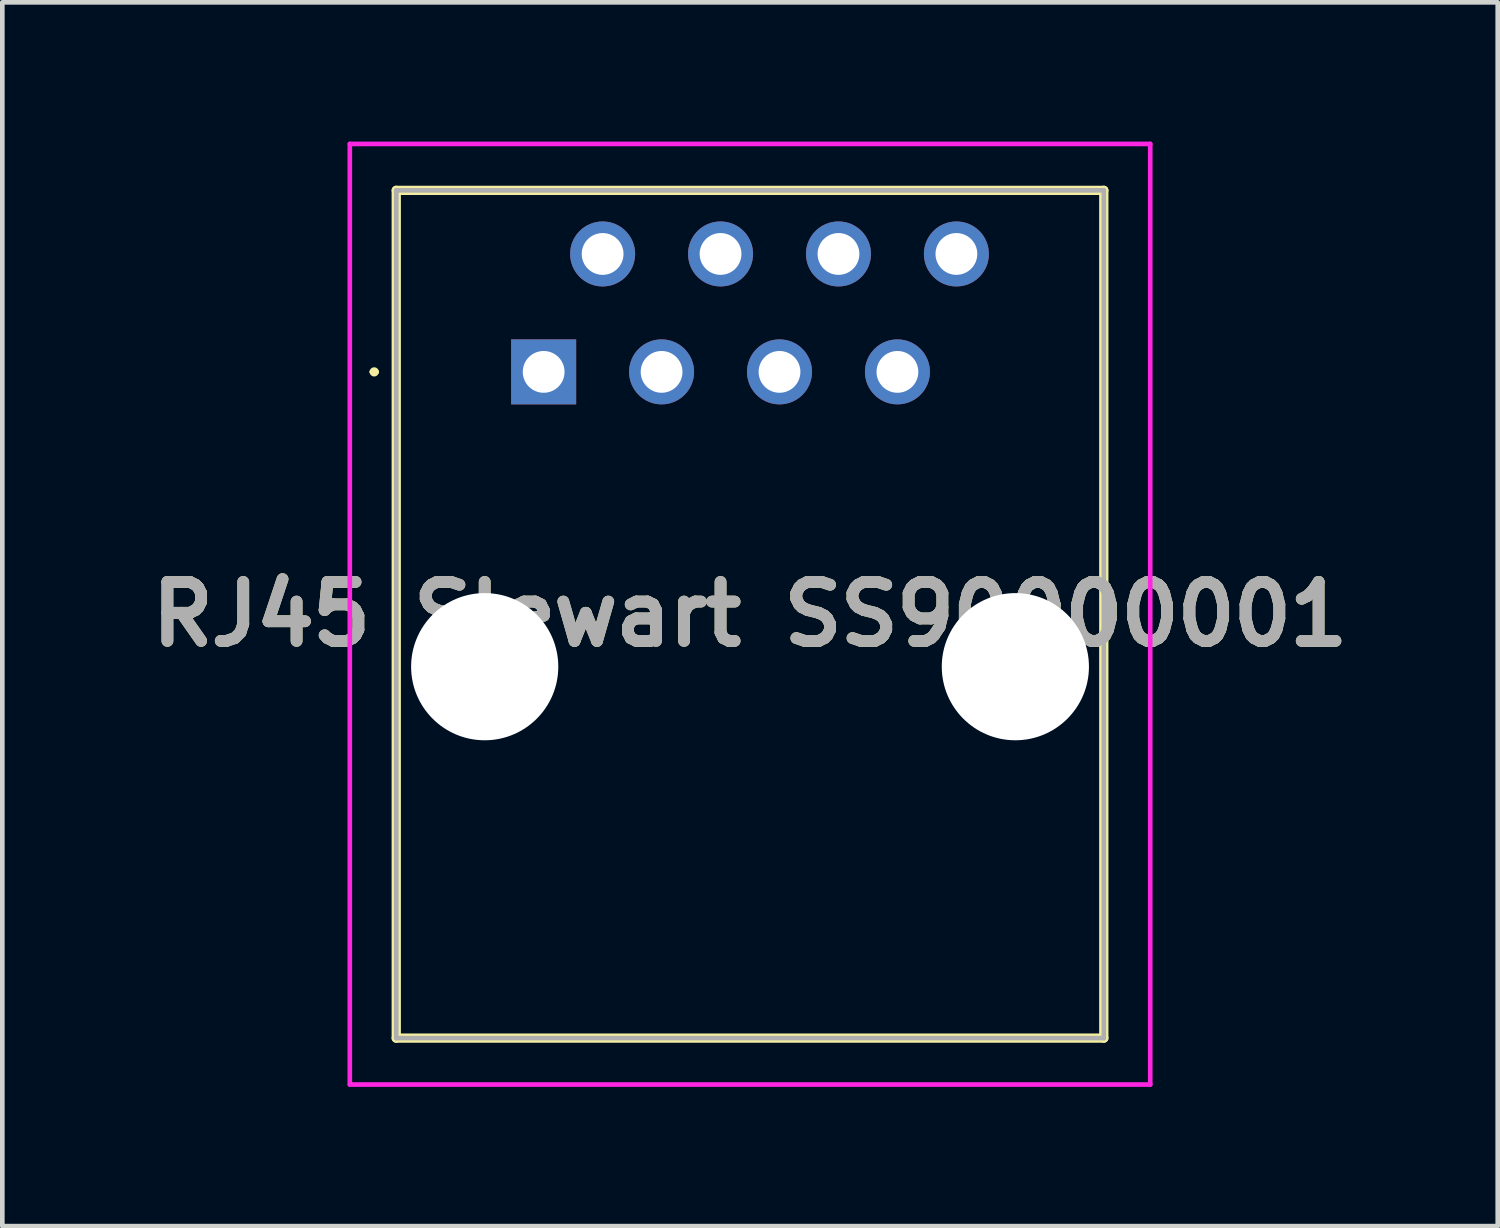
<source format=kicad_pcb>
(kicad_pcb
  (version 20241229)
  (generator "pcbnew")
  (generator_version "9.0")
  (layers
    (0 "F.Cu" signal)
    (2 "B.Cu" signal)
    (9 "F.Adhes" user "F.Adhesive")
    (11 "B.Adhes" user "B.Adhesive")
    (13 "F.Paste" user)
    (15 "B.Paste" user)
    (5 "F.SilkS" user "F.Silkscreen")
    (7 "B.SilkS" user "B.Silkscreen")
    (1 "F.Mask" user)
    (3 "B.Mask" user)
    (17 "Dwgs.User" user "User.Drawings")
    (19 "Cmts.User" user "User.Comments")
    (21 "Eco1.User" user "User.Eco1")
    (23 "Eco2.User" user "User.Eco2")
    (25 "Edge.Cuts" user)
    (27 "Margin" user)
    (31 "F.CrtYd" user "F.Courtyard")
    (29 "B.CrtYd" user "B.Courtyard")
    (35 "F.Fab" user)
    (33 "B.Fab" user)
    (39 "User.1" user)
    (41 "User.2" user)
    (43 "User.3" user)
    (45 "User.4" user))
  (footprint "RJ45 Stewart SS90000001"
    (layer "F.Cu")
    (at 8.66 4.96)
    (property "Reference" "RJ45 Stewart SS90000001" (at 4.445 5.22 0) (layer "F.SilkS") (effects (font (size 1.27 1.27) (thickness 0.254))))
    (attr through_hole)
    (fp_line (start -3.7 0) (end -3.7 0) (stroke (width 0.1) (type solid)) (layer "F.SilkS"))
    (fp_line (start -3.6 0) (end -3.6 0) (stroke (width 0.1) (type solid)) (layer "F.SilkS"))
    (fp_line (start -3.175 -3.91) (end 12.065 -3.91) (stroke (width 0.2) (type solid)) (layer "F.SilkS"))
    (fp_line (start -3.175 14.35) (end -3.175 -3.91) (stroke (width 0.2) (type solid)) (layer "F.SilkS"))
    (fp_line (start 12.065 -3.91) (end 12.065 14.35) (stroke (width 0.2) (type solid)) (layer "F.SilkS"))
    (fp_line (start 12.065 14.35) (end -3.175 14.35) (stroke (width 0.2) (type solid)) (layer "F.SilkS"))
    (fp_arc (start -3.7 0) (mid -3.65 -0.05) (end -3.6 0) (stroke (width 0.1) (type solid)) (layer "F.SilkS"))
    (fp_arc (start -3.6 0) (mid -3.65 0.05) (end -3.7 0) (stroke (width 0.1) (type solid)) (layer "F.SilkS"))
    (fp_line (start -4.175 -4.91) (end 13.065 -4.91) (stroke (width 0.1) (type solid)) (layer "F.CrtYd"))
    (fp_line (start -4.175 15.35) (end -4.175 -4.91) (stroke (width 0.1) (type solid)) (layer "F.CrtYd"))
    (fp_line (start 13.065 -4.91) (end 13.065 15.35) (stroke (width 0.1) (type solid)) (layer "F.CrtYd"))
    (fp_line (start 13.065 15.35) (end -4.175 15.35) (stroke (width 0.1) (type solid)) (layer "F.CrtYd"))
    (fp_line (start -3.175 -3.91) (end 12.065 -3.91) (stroke (width 0.1) (type solid)) (layer "F.Fab"))
    (fp_line (start -3.175 14.35) (end -3.175 -3.91) (stroke (width 0.1) (type solid)) (layer "F.Fab"))
    (fp_line (start 12.065 -3.91) (end 12.065 14.35) (stroke (width 0.1) (type solid)) (layer "F.Fab"))
    (fp_line (start 12.065 14.35) (end -3.175 14.35) (stroke (width 0.1) (type solid)) (layer "F.Fab"))
    (fp_text user "${REFERENCE}" (at 4.445 5.22 0) (layer "F.Fab") (effects (font (size 1.27 1.27) (thickness 0.254))))
    (pad "" np_thru_hole circle (at -1.27 6.35) (size 3.17 3.17) (drill 3.17) (layers "*.Cu" "*.Mask"))
    (pad "" np_thru_hole circle (at 10.16 6.35) (size 3.17 3.17) (drill 3.17) (layers "*.Cu" "*.Mask"))
    (pad "1" thru_hole rect (at 0 0) (size 1.4 1.4) (drill 0.9) (layers "*.Cu" "*.Mask"))
    (pad "2" thru_hole circle (at 1.27 -2.54) (size 1.4 1.4) (drill 0.9) (layers "*.Cu" "*.Mask"))
    (pad "3" thru_hole circle (at 2.54 0) (size 1.4 1.4) (drill 0.9) (layers "*.Cu" "*.Mask"))
    (pad "4" thru_hole circle (at 3.81 -2.54) (size 1.4 1.4) (drill 0.9) (layers "*.Cu" "*.Mask"))
    (pad "5" thru_hole circle (at 5.08 0) (size 1.4 1.4) (drill 0.9) (layers "*.Cu" "*.Mask"))
    (pad "6" thru_hole circle (at 6.35 -2.54) (size 1.4 1.4) (drill 0.9) (layers "*.Cu" "*.Mask"))
    (pad "7" thru_hole circle (at 7.62 0) (size 1.4 1.4) (drill 0.9) (layers "*.Cu" "*.Mask"))
    (pad "8" thru_hole circle (at 8.89 -2.54) (size 1.4 1.4) (drill 0.9) (layers "*.Cu" "*.Mask")))
  (gr_rect
    (start -3 -3)
    (end 29.21 23.36)
    (stroke (width 0.1) (type default))
    (fill no)
    (layer "Edge.Cuts")))
</source>
